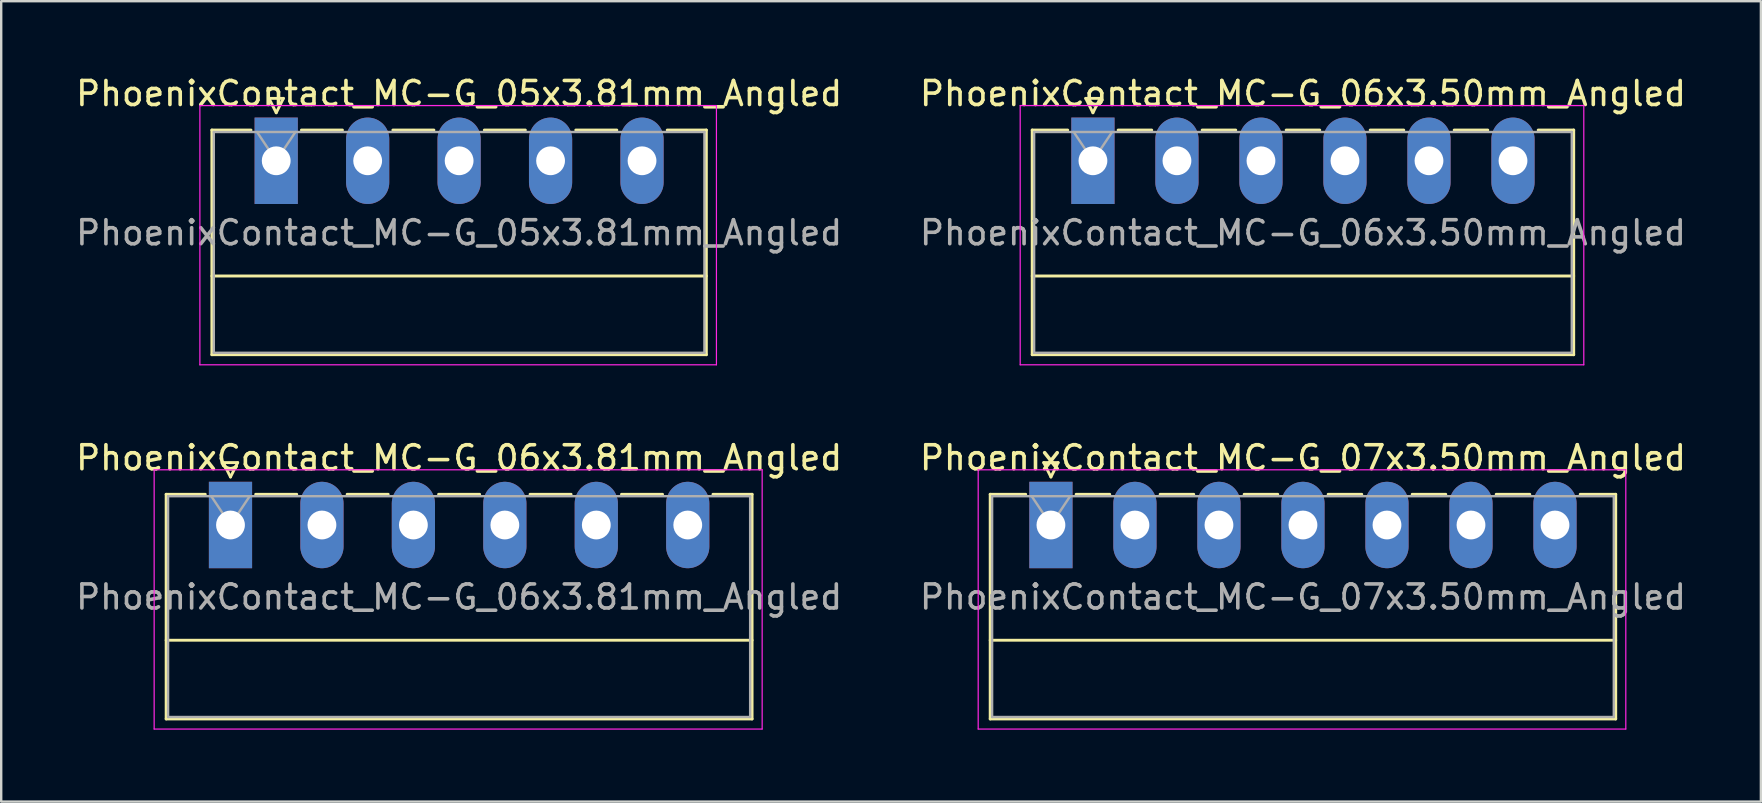
<source format=kicad_pcb>
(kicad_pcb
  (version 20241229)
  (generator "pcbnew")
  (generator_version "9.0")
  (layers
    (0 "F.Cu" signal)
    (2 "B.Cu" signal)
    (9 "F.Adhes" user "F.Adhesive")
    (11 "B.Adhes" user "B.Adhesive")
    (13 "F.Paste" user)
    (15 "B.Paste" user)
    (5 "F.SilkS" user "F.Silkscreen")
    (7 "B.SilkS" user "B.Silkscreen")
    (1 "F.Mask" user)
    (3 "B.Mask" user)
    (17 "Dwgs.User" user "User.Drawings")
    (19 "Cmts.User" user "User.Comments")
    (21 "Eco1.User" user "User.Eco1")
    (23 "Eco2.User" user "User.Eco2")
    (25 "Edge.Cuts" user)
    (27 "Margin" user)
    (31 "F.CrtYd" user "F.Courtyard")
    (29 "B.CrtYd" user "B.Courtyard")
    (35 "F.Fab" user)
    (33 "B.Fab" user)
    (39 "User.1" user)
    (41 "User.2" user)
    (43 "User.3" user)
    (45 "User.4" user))
  (footprint "PhoenixContact_MC-G_06x3.50mm_Angled"
    (layer "F.Cu")
    (at 42.482 3.648)
    (property "Reference" "PhoenixContact_MC-G_06x3.50mm_Angled" (at 8.75 -2.8 0) (layer "F.SilkS") (effects (font (size 1 1) (thickness 0.15))))
    (attr through_hole)
    (fp_line (start -2.53 -1.28) (end -2.53 8.08) (stroke (width 0.12) (type solid)) (layer "F.SilkS"))
    (fp_line (start -2.53 -1.28) (end -1.05 -1.28) (stroke (width 0.12) (type solid)) (layer "F.SilkS"))
    (fp_line (start -2.53 4.8) (end 20.03 4.8) (stroke (width 0.12) (type solid)) (layer "F.SilkS"))
    (fp_line (start -2.53 8.08) (end 20.03 8.08) (stroke (width 0.12) (type solid)) (layer "F.SilkS"))
    (fp_line (start -0.3 -2.6) (end 0.3 -2.6) (stroke (width 0.12) (type solid)) (layer "F.SilkS"))
    (fp_line (start 0 -2) (end -0.3 -2.6) (stroke (width 0.12) (type solid)) (layer "F.SilkS"))
    (fp_line (start 0.3 -2.6) (end 0 -2) (stroke (width 0.12) (type solid)) (layer "F.SilkS"))
    (fp_line (start 1.05 -1.28) (end 2.45 -1.28) (stroke (width 0.12) (type solid)) (layer "F.SilkS"))
    (fp_line (start 4.55 -1.28) (end 5.95 -1.28) (stroke (width 0.12) (type solid)) (layer "F.SilkS"))
    (fp_line (start 8.05 -1.28) (end 9.45 -1.28) (stroke (width 0.12) (type solid)) (layer "F.SilkS"))
    (fp_line (start 11.55 -1.28) (end 12.95 -1.28) (stroke (width 0.12) (type solid)) (layer "F.SilkS"))
    (fp_line (start 15.05 -1.28) (end 16.45 -1.28) (stroke (width 0.12) (type solid)) (layer "F.SilkS"))
    (fp_line (start 20.03 -1.28) (end 18.55 -1.28) (stroke (width 0.12) (type solid)) (layer "F.SilkS"))
    (fp_line (start 20.03 8.08) (end 20.03 -1.28) (stroke (width 0.12) (type solid)) (layer "F.SilkS"))
    (fp_line (start -3.03 -2.3) (end -3.03 8.5) (stroke (width 0.05) (type solid)) (layer "F.CrtYd"))
    (fp_line (start -3.03 8.5) (end 20.45 8.5) (stroke (width 0.05) (type solid)) (layer "F.CrtYd"))
    (fp_line (start 20.45 -2.3) (end -3.03 -2.3) (stroke (width 0.05) (type solid)) (layer "F.CrtYd"))
    (fp_line (start 20.45 8.5) (end 20.45 -2.3) (stroke (width 0.05) (type solid)) (layer "F.CrtYd"))
    (fp_line (start -2.45 -1.2) (end -2.45 8) (stroke (width 0.1) (type solid)) (layer "F.Fab"))
    (fp_line (start -2.45 8) (end 19.95 8) (stroke (width 0.1) (type solid)) (layer "F.Fab"))
    (fp_line (start 0 0) (end -0.8 -1.2) (stroke (width 0.1) (type solid)) (layer "F.Fab"))
    (fp_line (start 0.8 -1.2) (end 0 0) (stroke (width 0.1) (type solid)) (layer "F.Fab"))
    (fp_line (start 19.95 -1.2) (end -2.45 -1.2) (stroke (width 0.1) (type solid)) (layer "F.Fab"))
    (fp_line (start 19.95 8) (end 19.95 -1.2) (stroke (width 0.1) (type solid)) (layer "F.Fab"))
    (fp_text user "${REFERENCE}" (at 8.75 3 0) (layer "F.Fab") (effects (font (size 1 1) (thickness 0.15))))
    (pad "1" thru_hole rect (at 0 0) (size 1.8 3.6) (drill 1.2) (layers "*.Cu" "*.Mask"))
    (pad "2" thru_hole oval (at 3.5 0) (size 1.8 3.6) (drill 1.2) (layers "*.Cu" "*.Mask"))
    (pad "3" thru_hole oval (at 7 0) (size 1.8 3.6) (drill 1.2) (layers "*.Cu" "*.Mask"))
    (pad "4" thru_hole oval (at 10.5 0) (size 1.8 3.6) (drill 1.2) (layers "*.Cu" "*.Mask"))
    (pad "5" thru_hole oval (at 14 0) (size 1.8 3.6) (drill 1.2) (layers "*.Cu" "*.Mask"))
    (pad "6" thru_hole oval (at 17.5 0) (size 1.8 3.6) (drill 1.2) (layers "*.Cu" "*.Mask")))
  (footprint "PhoenixContact_MC-G_05x3.81mm_Angled"
    (layer "F.Cu")
    (at 8.457 3.648)
    (property "Reference" "PhoenixContact_MC-G_05x3.81mm_Angled" (at 7.62 -2.8 0) (layer "F.SilkS") (effects (font (size 1 1) (thickness 0.15))))
    (attr through_hole)
    (fp_line (start -2.68 -1.28) (end -2.68 8.08) (stroke (width 0.12) (type solid)) (layer "F.SilkS"))
    (fp_line (start -2.68 -1.28) (end -1.05 -1.28) (stroke (width 0.12) (type solid)) (layer "F.SilkS"))
    (fp_line (start -2.68 4.8) (end 17.92 4.8) (stroke (width 0.12) (type solid)) (layer "F.SilkS"))
    (fp_line (start -2.68 8.08) (end 17.92 8.08) (stroke (width 0.12) (type solid)) (layer "F.SilkS"))
    (fp_line (start -0.3 -2.6) (end 0.3 -2.6) (stroke (width 0.12) (type solid)) (layer "F.SilkS"))
    (fp_line (start 0 -2) (end -0.3 -2.6) (stroke (width 0.12) (type solid)) (layer "F.SilkS"))
    (fp_line (start 0.3 -2.6) (end 0 -2) (stroke (width 0.12) (type solid)) (layer "F.SilkS"))
    (fp_line (start 1.05 -1.28) (end 2.76 -1.28) (stroke (width 0.12) (type solid)) (layer "F.SilkS"))
    (fp_line (start 4.86 -1.28) (end 6.57 -1.28) (stroke (width 0.12) (type solid)) (layer "F.SilkS"))
    (fp_line (start 8.67 -1.28) (end 10.38 -1.28) (stroke (width 0.12) (type solid)) (layer "F.SilkS"))
    (fp_line (start 12.48 -1.28) (end 14.19 -1.28) (stroke (width 0.12) (type solid)) (layer "F.SilkS"))
    (fp_line (start 17.92 -1.28) (end 16.29 -1.28) (stroke (width 0.12) (type solid)) (layer "F.SilkS"))
    (fp_line (start 17.92 8.08) (end 17.92 -1.28) (stroke (width 0.12) (type solid)) (layer "F.SilkS"))
    (fp_line (start -3.18 -2.3) (end -3.18 8.5) (stroke (width 0.05) (type solid)) (layer "F.CrtYd"))
    (fp_line (start -3.18 8.5) (end 18.34 8.5) (stroke (width 0.05) (type solid)) (layer "F.CrtYd"))
    (fp_line (start 18.34 -2.3) (end -3.18 -2.3) (stroke (width 0.05) (type solid)) (layer "F.CrtYd"))
    (fp_line (start 18.34 8.5) (end 18.34 -2.3) (stroke (width 0.05) (type solid)) (layer "F.CrtYd"))
    (fp_line (start -2.6 -1.2) (end -2.6 8) (stroke (width 0.1) (type solid)) (layer "F.Fab"))
    (fp_line (start -2.6 8) (end 17.84 8) (stroke (width 0.1) (type solid)) (layer "F.Fab"))
    (fp_line (start 0 0) (end -0.8 -1.2) (stroke (width 0.1) (type solid)) (layer "F.Fab"))
    (fp_line (start 0.8 -1.2) (end 0 0) (stroke (width 0.1) (type solid)) (layer "F.Fab"))
    (fp_line (start 17.84 -1.2) (end -2.6 -1.2) (stroke (width 0.1) (type solid)) (layer "F.Fab"))
    (fp_line (start 17.84 8) (end 17.84 -1.2) (stroke (width 0.1) (type solid)) (layer "F.Fab"))
    (fp_text user "${REFERENCE}" (at 7.62 3 0) (layer "F.Fab") (effects (font (size 1 1) (thickness 0.15))))
    (pad "1" thru_hole rect (at 0 0) (size 1.8 3.6) (drill 1.2) (layers "*.Cu" "*.Mask"))
    (pad "2" thru_hole oval (at 3.81 0) (size 1.8 3.6) (drill 1.2) (layers "*.Cu" "*.Mask"))
    (pad "3" thru_hole oval (at 7.62 0) (size 1.8 3.6) (drill 1.2) (layers "*.Cu" "*.Mask"))
    (pad "4" thru_hole oval (at 11.43 0) (size 1.8 3.6) (drill 1.2) (layers "*.Cu" "*.Mask"))
    (pad "5" thru_hole oval (at 15.24 0) (size 1.8 3.6) (drill 1.2) (layers "*.Cu" "*.Mask")))
  (footprint "PhoenixContact_MC-G_07x3.50mm_Angled"
    (layer "F.Cu")
    (at 40.732 18.822)
    (property "Reference" "PhoenixContact_MC-G_07x3.50mm_Angled" (at 10.5 -2.8 0) (layer "F.SilkS") (effects (font (size 1 1) (thickness 0.15))))
    (attr through_hole)
    (fp_line (start -2.53 -1.28) (end -2.53 8.08) (stroke (width 0.12) (type solid)) (layer "F.SilkS"))
    (fp_line (start -2.53 -1.28) (end -1.05 -1.28) (stroke (width 0.12) (type solid)) (layer "F.SilkS"))
    (fp_line (start -2.53 4.8) (end 23.53 4.8) (stroke (width 0.12) (type solid)) (layer "F.SilkS"))
    (fp_line (start -2.53 8.08) (end 23.53 8.08) (stroke (width 0.12) (type solid)) (layer "F.SilkS"))
    (fp_line (start -0.3 -2.6) (end 0.3 -2.6) (stroke (width 0.12) (type solid)) (layer "F.SilkS"))
    (fp_line (start 0 -2) (end -0.3 -2.6) (stroke (width 0.12) (type solid)) (layer "F.SilkS"))
    (fp_line (start 0.3 -2.6) (end 0 -2) (stroke (width 0.12) (type solid)) (layer "F.SilkS"))
    (fp_line (start 1.05 -1.28) (end 2.45 -1.28) (stroke (width 0.12) (type solid)) (layer "F.SilkS"))
    (fp_line (start 4.55 -1.28) (end 5.95 -1.28) (stroke (width 0.12) (type solid)) (layer "F.SilkS"))
    (fp_line (start 8.05 -1.28) (end 9.45 -1.28) (stroke (width 0.12) (type solid)) (layer "F.SilkS"))
    (fp_line (start 11.55 -1.28) (end 12.95 -1.28) (stroke (width 0.12) (type solid)) (layer "F.SilkS"))
    (fp_line (start 15.05 -1.28) (end 16.45 -1.28) (stroke (width 0.12) (type solid)) (layer "F.SilkS"))
    (fp_line (start 18.55 -1.28) (end 19.95 -1.28) (stroke (width 0.12) (type solid)) (layer "F.SilkS"))
    (fp_line (start 23.53 -1.28) (end 22.05 -1.28) (stroke (width 0.12) (type solid)) (layer "F.SilkS"))
    (fp_line (start 23.53 8.08) (end 23.53 -1.28) (stroke (width 0.12) (type solid)) (layer "F.SilkS"))
    (fp_line (start -3.03 -2.3) (end -3.03 8.5) (stroke (width 0.05) (type solid)) (layer "F.CrtYd"))
    (fp_line (start -3.03 8.5) (end 23.95 8.5) (stroke (width 0.05) (type solid)) (layer "F.CrtYd"))
    (fp_line (start 23.95 -2.3) (end -3.03 -2.3) (stroke (width 0.05) (type solid)) (layer "F.CrtYd"))
    (fp_line (start 23.95 8.5) (end 23.95 -2.3) (stroke (width 0.05) (type solid)) (layer "F.CrtYd"))
    (fp_line (start -2.45 -1.2) (end -2.45 8) (stroke (width 0.1) (type solid)) (layer "F.Fab"))
    (fp_line (start -2.45 8) (end 23.45 8) (stroke (width 0.1) (type solid)) (layer "F.Fab"))
    (fp_line (start 0 0) (end -0.8 -1.2) (stroke (width 0.1) (type solid)) (layer "F.Fab"))
    (fp_line (start 0.8 -1.2) (end 0 0) (stroke (width 0.1) (type solid)) (layer "F.Fab"))
    (fp_line (start 23.45 -1.2) (end -2.45 -1.2) (stroke (width 0.1) (type solid)) (layer "F.Fab"))
    (fp_line (start 23.45 8) (end 23.45 -1.2) (stroke (width 0.1) (type solid)) (layer "F.Fab"))
    (fp_text user "${REFERENCE}" (at 10.5 3 0) (layer "F.Fab") (effects (font (size 1 1) (thickness 0.15))))
    (pad "1" thru_hole rect (at 0 0) (size 1.8 3.6) (drill 1.2) (layers "*.Cu" "*.Mask"))
    (pad "2" thru_hole oval (at 3.5 0) (size 1.8 3.6) (drill 1.2) (layers "*.Cu" "*.Mask"))
    (pad "3" thru_hole oval (at 7 0) (size 1.8 3.6) (drill 1.2) (layers "*.Cu" "*.Mask"))
    (pad "4" thru_hole oval (at 10.5 0) (size 1.8 3.6) (drill 1.2) (layers "*.Cu" "*.Mask"))
    (pad "5" thru_hole oval (at 14 0) (size 1.8 3.6) (drill 1.2) (layers "*.Cu" "*.Mask"))
    (pad "6" thru_hole oval (at 17.5 0) (size 1.8 3.6) (drill 1.2) (layers "*.Cu" "*.Mask"))
    (pad "7" thru_hole oval (at 21 0) (size 1.8 3.6) (drill 1.2) (layers "*.Cu" "*.Mask")))
  (footprint "PhoenixContact_MC-G_06x3.81mm_Angled"
    (layer "F.Cu")
    (at 6.552 18.822)
    (property "Reference" "PhoenixContact_MC-G_06x3.81mm_Angled" (at 9.525 -2.8 0) (layer "F.SilkS") (effects (font (size 1 1) (thickness 0.15))))
    (attr through_hole)
    (fp_line (start -2.68 -1.28) (end -2.68 8.08) (stroke (width 0.12) (type solid)) (layer "F.SilkS"))
    (fp_line (start -2.68 -1.28) (end -1.05 -1.28) (stroke (width 0.12) (type solid)) (layer "F.SilkS"))
    (fp_line (start -2.68 4.8) (end 21.73 4.8) (stroke (width 0.12) (type solid)) (layer "F.SilkS"))
    (fp_line (start -2.68 8.08) (end 21.73 8.08) (stroke (width 0.12) (type solid)) (layer "F.SilkS"))
    (fp_line (start -0.3 -2.6) (end 0.3 -2.6) (stroke (width 0.12) (type solid)) (layer "F.SilkS"))
    (fp_line (start 0 -2) (end -0.3 -2.6) (stroke (width 0.12) (type solid)) (layer "F.SilkS"))
    (fp_line (start 0.3 -2.6) (end 0 -2) (stroke (width 0.12) (type solid)) (layer "F.SilkS"))
    (fp_line (start 1.05 -1.28) (end 2.76 -1.28) (stroke (width 0.12) (type solid)) (layer "F.SilkS"))
    (fp_line (start 4.86 -1.28) (end 6.57 -1.28) (stroke (width 0.12) (type solid)) (layer "F.SilkS"))
    (fp_line (start 8.67 -1.28) (end 10.38 -1.28) (stroke (width 0.12) (type solid)) (layer "F.SilkS"))
    (fp_line (start 12.48 -1.28) (end 14.19 -1.28) (stroke (width 0.12) (type solid)) (layer "F.SilkS"))
    (fp_line (start 16.29 -1.28) (end 18 -1.28) (stroke (width 0.12) (type solid)) (layer "F.SilkS"))
    (fp_line (start 21.73 -1.28) (end 20.1 -1.28) (stroke (width 0.12) (type solid)) (layer "F.SilkS"))
    (fp_line (start 21.73 8.08) (end 21.73 -1.28) (stroke (width 0.12) (type solid)) (layer "F.SilkS"))
    (fp_line (start -3.18 -2.3) (end -3.18 8.5) (stroke (width 0.05) (type solid)) (layer "F.CrtYd"))
    (fp_line (start -3.18 8.5) (end 22.15 8.5) (stroke (width 0.05) (type solid)) (layer "F.CrtYd"))
    (fp_line (start 22.15 -2.3) (end -3.18 -2.3) (stroke (width 0.05) (type solid)) (layer "F.CrtYd"))
    (fp_line (start 22.15 8.5) (end 22.15 -2.3) (stroke (width 0.05) (type solid)) (layer "F.CrtYd"))
    (fp_line (start -2.6 -1.2) (end -2.6 8) (stroke (width 0.1) (type solid)) (layer "F.Fab"))
    (fp_line (start -2.6 8) (end 21.65 8) (stroke (width 0.1) (type solid)) (layer "F.Fab"))
    (fp_line (start 0 0) (end -0.8 -1.2) (stroke (width 0.1) (type solid)) (layer "F.Fab"))
    (fp_line (start 0.8 -1.2) (end 0 0) (stroke (width 0.1) (type solid)) (layer "F.Fab"))
    (fp_line (start 21.65 -1.2) (end -2.6 -1.2) (stroke (width 0.1) (type solid)) (layer "F.Fab"))
    (fp_line (start 21.65 8) (end 21.65 -1.2) (stroke (width 0.1) (type solid)) (layer "F.Fab"))
    (fp_text user "${REFERENCE}" (at 9.525 3 0) (layer "F.Fab") (effects (font (size 1 1) (thickness 0.15))))
    (pad "1" thru_hole rect (at 0 0) (size 1.8 3.6) (drill 1.2) (layers "*.Cu" "*.Mask"))
    (pad "2" thru_hole oval (at 3.81 0) (size 1.8 3.6) (drill 1.2) (layers "*.Cu" "*.Mask"))
    (pad "3" thru_hole oval (at 7.62 0) (size 1.8 3.6) (drill 1.2) (layers "*.Cu" "*.Mask"))
    (pad "4" thru_hole oval (at 11.43 0) (size 1.8 3.6) (drill 1.2) (layers "*.Cu" "*.Mask"))
    (pad "5" thru_hole oval (at 15.24 0) (size 1.8 3.6) (drill 1.2) (layers "*.Cu" "*.Mask"))
    (pad "6" thru_hole oval (at 19.05 0) (size 1.8 3.6) (drill 1.2) (layers "*.Cu" "*.Mask")))
  (gr_rect
    (start -3 -3)
    (end 70.31 30.346)
    (stroke (width 0.1) (type default))
    (fill no)
    (layer "Edge.Cuts")))
</source>
